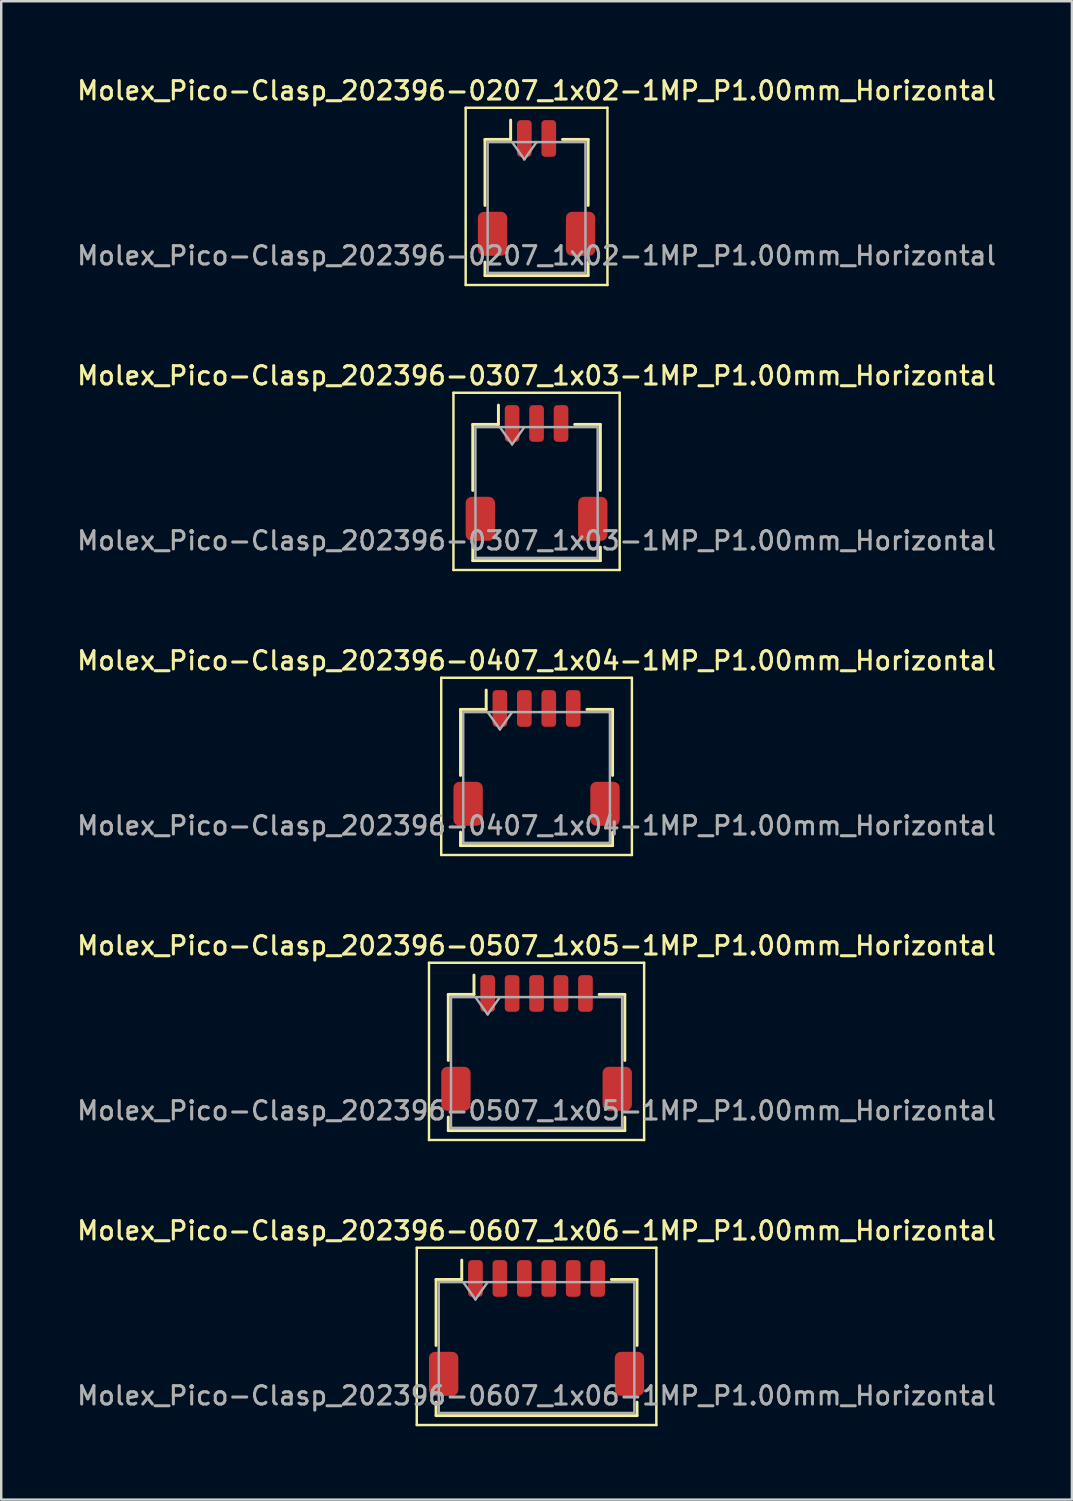
<source format=kicad_pcb>
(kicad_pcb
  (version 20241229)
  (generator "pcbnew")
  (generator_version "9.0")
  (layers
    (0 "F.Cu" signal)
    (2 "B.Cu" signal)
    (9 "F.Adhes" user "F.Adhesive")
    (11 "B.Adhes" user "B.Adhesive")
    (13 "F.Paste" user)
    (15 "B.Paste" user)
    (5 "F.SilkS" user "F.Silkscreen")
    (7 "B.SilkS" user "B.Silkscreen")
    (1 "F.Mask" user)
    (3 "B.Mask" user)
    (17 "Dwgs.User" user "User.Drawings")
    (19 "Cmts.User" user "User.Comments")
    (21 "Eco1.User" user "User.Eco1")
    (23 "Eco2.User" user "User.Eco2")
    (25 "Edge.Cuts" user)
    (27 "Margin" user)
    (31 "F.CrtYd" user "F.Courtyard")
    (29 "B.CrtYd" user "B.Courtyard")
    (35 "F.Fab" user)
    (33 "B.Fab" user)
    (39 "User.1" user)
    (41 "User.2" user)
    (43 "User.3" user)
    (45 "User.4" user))
  (footprint "Molex_Pico-Clasp_202396-0207_1x02-1MP_P1.00mm_Horizontal"
    (layer "F.Cu")
    (at 18.898 4.638)
    (property "Reference" "Molex_Pico-Clasp_202396-0207_1x02-1MP_P1.00mm_Horizontal" (at 0 -3.98 0) (layer "F.SilkS") (effects (font (size 0.75 0.75) (thickness 0.125))))
    (attr smd)
    (fp_line (start -2.9 -3.28) (end -2.9 3.97) (stroke (width 0.1) (type solid)) (layer "F.SilkS"))
    (fp_line (start -2.9 3.97) (end 2.9 3.97) (stroke (width 0.1) (type solid)) (layer "F.SilkS"))
    (fp_line (start -2.11 -1.985) (end -1.06 -1.985) (stroke (width 0.12) (type solid)) (layer "F.SilkS"))
    (fp_line (start -2.11 0.715) (end -2.11 -1.985) (stroke (width 0.12) (type solid)) (layer "F.SilkS"))
    (fp_line (start -2.11 3.035) (end -2.11 3.585) (stroke (width 0.12) (type solid)) (layer "F.SilkS"))
    (fp_line (start -2.11 3.585) (end 2.11 3.585) (stroke (width 0.12) (type solid)) (layer "F.SilkS"))
    (fp_line (start -1.06 -1.985) (end -1.06 -2.775) (stroke (width 0.12) (type solid)) (layer "F.SilkS"))
    (fp_line (start 2.11 -1.985) (end 1.06 -1.985) (stroke (width 0.12) (type solid)) (layer "F.SilkS"))
    (fp_line (start 2.11 0.715) (end 2.11 -1.985) (stroke (width 0.12) (type solid)) (layer "F.SilkS"))
    (fp_line (start 2.11 3.585) (end 2.11 3.035) (stroke (width 0.12) (type solid)) (layer "F.SilkS"))
    (fp_line (start 2.9 -3.28) (end -2.9 -3.28) (stroke (width 0.1) (type solid)) (layer "F.SilkS"))
    (fp_line (start 2.9 3.97) (end 2.9 -3.28) (stroke (width 0.1) (type solid)) (layer "F.SilkS"))
    (fp_line (start -2 -1.875) (end -2 3.475) (stroke (width 0.1) (type solid)) (layer "F.Fab"))
    (fp_line (start -2 -1.875) (end 2 -1.875) (stroke (width 0.1) (type solid)) (layer "F.Fab"))
    (fp_line (start -2 3.475) (end 2 3.475) (stroke (width 0.1) (type solid)) (layer "F.Fab"))
    (fp_line (start -1 -1.875) (end -0.5 -1.168) (stroke (width 0.1) (type solid)) (layer "F.Fab"))
    (fp_line (start -0.5 -1.168) (end 0 -1.875) (stroke (width 0.1) (type solid)) (layer "F.Fab"))
    (fp_line (start 2 -1.875) (end 2 3.475) (stroke (width 0.1) (type solid)) (layer "F.Fab"))
    (fp_text user "${REFERENCE}" (at 0 2.77 0) (layer "F.Fab") (effects (font (size 0.75 0.75) (thickness 0.125))))
    (pad "1" smd roundrect (at -0.5 -2.025) (size 0.6 1.5) (layers "F.Cu" "F.Mask" "F.Paste") (roundrect_rratio 0.25))
    (pad "2" smd roundrect (at 0.5 -2.025) (size 0.6 1.5) (layers "F.Cu" "F.Mask" "F.Paste") (roundrect_rratio 0.25))
    (pad "MP" smd roundrect (at -1.8 1.875) (size 1.2 1.8) (layers "F.Cu" "F.Mask" "F.Paste") (roundrect_rratio 0.208))
    (pad "MP" smd roundrect (at 1.8 1.875) (size 1.2 1.8) (layers "F.Cu" "F.Mask" "F.Paste") (roundrect_rratio 0.208)))
  (footprint "Molex_Pico-Clasp_202396-0307_1x03-1MP_P1.00mm_Horizontal"
    (layer "F.Cu")
    (at 18.898 16.296)
    (property "Reference" "Molex_Pico-Clasp_202396-0307_1x03-1MP_P1.00mm_Horizontal" (at 0 -3.98 0) (layer "F.SilkS") (effects (font (size 0.75 0.75) (thickness 0.125))))
    (attr smd)
    (fp_line (start -3.4 -3.28) (end -3.4 3.97) (stroke (width 0.1) (type solid)) (layer "F.SilkS"))
    (fp_line (start -3.4 3.97) (end 3.4 3.97) (stroke (width 0.1) (type solid)) (layer "F.SilkS"))
    (fp_line (start -2.61 -1.985) (end -1.56 -1.985) (stroke (width 0.12) (type solid)) (layer "F.SilkS"))
    (fp_line (start -2.61 0.715) (end -2.61 -1.985) (stroke (width 0.12) (type solid)) (layer "F.SilkS"))
    (fp_line (start -2.61 3.035) (end -2.61 3.585) (stroke (width 0.12) (type solid)) (layer "F.SilkS"))
    (fp_line (start -2.61 3.585) (end 2.61 3.585) (stroke (width 0.12) (type solid)) (layer "F.SilkS"))
    (fp_line (start -1.56 -1.985) (end -1.56 -2.775) (stroke (width 0.12) (type solid)) (layer "F.SilkS"))
    (fp_line (start 2.61 -1.985) (end 1.56 -1.985) (stroke (width 0.12) (type solid)) (layer "F.SilkS"))
    (fp_line (start 2.61 0.715) (end 2.61 -1.985) (stroke (width 0.12) (type solid)) (layer "F.SilkS"))
    (fp_line (start 2.61 3.585) (end 2.61 3.035) (stroke (width 0.12) (type solid)) (layer "F.SilkS"))
    (fp_line (start 3.4 -3.28) (end -3.4 -3.28) (stroke (width 0.1) (type solid)) (layer "F.SilkS"))
    (fp_line (start 3.4 3.97) (end 3.4 -3.28) (stroke (width 0.1) (type solid)) (layer "F.SilkS"))
    (fp_line (start -2.5 -1.875) (end -2.5 3.475) (stroke (width 0.1) (type solid)) (layer "F.Fab"))
    (fp_line (start -2.5 -1.875) (end 2.5 -1.875) (stroke (width 0.1) (type solid)) (layer "F.Fab"))
    (fp_line (start -2.5 3.475) (end 2.5 3.475) (stroke (width 0.1) (type solid)) (layer "F.Fab"))
    (fp_line (start -1.5 -1.875) (end -1 -1.168) (stroke (width 0.1) (type solid)) (layer "F.Fab"))
    (fp_line (start -1 -1.168) (end -0.5 -1.875) (stroke (width 0.1) (type solid)) (layer "F.Fab"))
    (fp_line (start 2.5 -1.875) (end 2.5 3.475) (stroke (width 0.1) (type solid)) (layer "F.Fab"))
    (fp_text user "${REFERENCE}" (at 0 2.77 0) (layer "F.Fab") (effects (font (size 0.75 0.75) (thickness 0.125))))
    (pad "1" smd roundrect (at -1 -2.025) (size 0.6 1.5) (layers "F.Cu" "F.Mask" "F.Paste") (roundrect_rratio 0.25))
    (pad "2" smd roundrect (at 0 -2.025) (size 0.6 1.5) (layers "F.Cu" "F.Mask" "F.Paste") (roundrect_rratio 0.25))
    (pad "3" smd roundrect (at 1 -2.025) (size 0.6 1.5) (layers "F.Cu" "F.Mask" "F.Paste") (roundrect_rratio 0.25))
    (pad "MP" smd roundrect (at -2.3 1.875) (size 1.2 1.8) (layers "F.Cu" "F.Mask" "F.Paste") (roundrect_rratio 0.208))
    (pad "MP" smd roundrect (at 2.3 1.875) (size 1.2 1.8) (layers "F.Cu" "F.Mask" "F.Paste") (roundrect_rratio 0.208)))
  (footprint "Molex_Pico-Clasp_202396-0607_1x06-1MP_P1.00mm_Horizontal"
    (layer "F.Cu")
    (at 18.898 51.271)
    (property "Reference" "Molex_Pico-Clasp_202396-0607_1x06-1MP_P1.00mm_Horizontal" (at 0 -3.98 0) (layer "F.SilkS") (effects (font (size 0.75 0.75) (thickness 0.125))))
    (attr smd)
    (fp_line (start -4.9 -3.28) (end -4.9 3.97) (stroke (width 0.1) (type solid)) (layer "F.SilkS"))
    (fp_line (start -4.9 3.97) (end 4.9 3.97) (stroke (width 0.1) (type solid)) (layer "F.SilkS"))
    (fp_line (start -4.11 -1.985) (end -3.06 -1.985) (stroke (width 0.12) (type solid)) (layer "F.SilkS"))
    (fp_line (start -4.11 0.715) (end -4.11 -1.985) (stroke (width 0.12) (type solid)) (layer "F.SilkS"))
    (fp_line (start -4.11 3.035) (end -4.11 3.585) (stroke (width 0.12) (type solid)) (layer "F.SilkS"))
    (fp_line (start -4.11 3.585) (end 4.11 3.585) (stroke (width 0.12) (type solid)) (layer "F.SilkS"))
    (fp_line (start -3.06 -1.985) (end -3.06 -2.775) (stroke (width 0.12) (type solid)) (layer "F.SilkS"))
    (fp_line (start 4.11 -1.985) (end 3.06 -1.985) (stroke (width 0.12) (type solid)) (layer "F.SilkS"))
    (fp_line (start 4.11 0.715) (end 4.11 -1.985) (stroke (width 0.12) (type solid)) (layer "F.SilkS"))
    (fp_line (start 4.11 3.585) (end 4.11 3.035) (stroke (width 0.12) (type solid)) (layer "F.SilkS"))
    (fp_line (start 4.9 -3.28) (end -4.9 -3.28) (stroke (width 0.1) (type solid)) (layer "F.SilkS"))
    (fp_line (start 4.9 3.97) (end 4.9 -3.28) (stroke (width 0.1) (type solid)) (layer "F.SilkS"))
    (fp_line (start -4 -1.875) (end -4 3.475) (stroke (width 0.1) (type solid)) (layer "F.Fab"))
    (fp_line (start -4 -1.875) (end 4 -1.875) (stroke (width 0.1) (type solid)) (layer "F.Fab"))
    (fp_line (start -4 3.475) (end 4 3.475) (stroke (width 0.1) (type solid)) (layer "F.Fab"))
    (fp_line (start -3 -1.875) (end -2.5 -1.168) (stroke (width 0.1) (type solid)) (layer "F.Fab"))
    (fp_line (start -2.5 -1.168) (end -2 -1.875) (stroke (width 0.1) (type solid)) (layer "F.Fab"))
    (fp_line (start 4 -1.875) (end 4 3.475) (stroke (width 0.1) (type solid)) (layer "F.Fab"))
    (fp_text user "${REFERENCE}" (at 0 2.77 0) (layer "F.Fab") (effects (font (size 0.75 0.75) (thickness 0.125))))
    (pad "1" smd roundrect (at -2.5 -2.025) (size 0.6 1.5) (layers "F.Cu" "F.Mask" "F.Paste") (roundrect_rratio 0.25))
    (pad "2" smd roundrect (at -1.5 -2.025) (size 0.6 1.5) (layers "F.Cu" "F.Mask" "F.Paste") (roundrect_rratio 0.25))
    (pad "3" smd roundrect (at -0.5 -2.025) (size 0.6 1.5) (layers "F.Cu" "F.Mask" "F.Paste") (roundrect_rratio 0.25))
    (pad "4" smd roundrect (at 0.5 -2.025) (size 0.6 1.5) (layers "F.Cu" "F.Mask" "F.Paste") (roundrect_rratio 0.25))
    (pad "5" smd roundrect (at 1.5 -2.025) (size 0.6 1.5) (layers "F.Cu" "F.Mask" "F.Paste") (roundrect_rratio 0.25))
    (pad "6" smd roundrect (at 2.5 -2.025) (size 0.6 1.5) (layers "F.Cu" "F.Mask" "F.Paste") (roundrect_rratio 0.25))
    (pad "MP" smd roundrect (at -3.8 1.875) (size 1.2 1.8) (layers "F.Cu" "F.Mask" "F.Paste") (roundrect_rratio 0.208))
    (pad "MP" smd roundrect (at 3.8 1.875) (size 1.2 1.8) (layers "F.Cu" "F.Mask" "F.Paste") (roundrect_rratio 0.208)))
  (footprint "Molex_Pico-Clasp_202396-0507_1x05-1MP_P1.00mm_Horizontal"
    (layer "F.Cu")
    (at 18.898 39.612)
    (property "Reference" "Molex_Pico-Clasp_202396-0507_1x05-1MP_P1.00mm_Horizontal" (at 0 -3.98 0) (layer "F.SilkS") (effects (font (size 0.75 0.75) (thickness 0.125))))
    (attr smd)
    (fp_line (start -4.4 -3.28) (end -4.4 3.97) (stroke (width 0.1) (type solid)) (layer "F.SilkS"))
    (fp_line (start -4.4 3.97) (end 4.4 3.97) (stroke (width 0.1) (type solid)) (layer "F.SilkS"))
    (fp_line (start -3.61 -1.985) (end -2.56 -1.985) (stroke (width 0.12) (type solid)) (layer "F.SilkS"))
    (fp_line (start -3.61 0.715) (end -3.61 -1.985) (stroke (width 0.12) (type solid)) (layer "F.SilkS"))
    (fp_line (start -3.61 3.035) (end -3.61 3.585) (stroke (width 0.12) (type solid)) (layer "F.SilkS"))
    (fp_line (start -3.61 3.585) (end 3.61 3.585) (stroke (width 0.12) (type solid)) (layer "F.SilkS"))
    (fp_line (start -2.56 -1.985) (end -2.56 -2.775) (stroke (width 0.12) (type solid)) (layer "F.SilkS"))
    (fp_line (start 3.61 -1.985) (end 2.56 -1.985) (stroke (width 0.12) (type solid)) (layer "F.SilkS"))
    (fp_line (start 3.61 0.715) (end 3.61 -1.985) (stroke (width 0.12) (type solid)) (layer "F.SilkS"))
    (fp_line (start 3.61 3.585) (end 3.61 3.035) (stroke (width 0.12) (type solid)) (layer "F.SilkS"))
    (fp_line (start 4.4 -3.28) (end -4.4 -3.28) (stroke (width 0.1) (type solid)) (layer "F.SilkS"))
    (fp_line (start 4.4 3.97) (end 4.4 -3.28) (stroke (width 0.1) (type solid)) (layer "F.SilkS"))
    (fp_line (start -3.5 -1.875) (end -3.5 3.475) (stroke (width 0.1) (type solid)) (layer "F.Fab"))
    (fp_line (start -3.5 -1.875) (end 3.5 -1.875) (stroke (width 0.1) (type solid)) (layer "F.Fab"))
    (fp_line (start -3.5 3.475) (end 3.5 3.475) (stroke (width 0.1) (type solid)) (layer "F.Fab"))
    (fp_line (start -2.5 -1.875) (end -2 -1.168) (stroke (width 0.1) (type solid)) (layer "F.Fab"))
    (fp_line (start -2 -1.168) (end -1.5 -1.875) (stroke (width 0.1) (type solid)) (layer "F.Fab"))
    (fp_line (start 3.5 -1.875) (end 3.5 3.475) (stroke (width 0.1) (type solid)) (layer "F.Fab"))
    (fp_text user "${REFERENCE}" (at 0 2.77 0) (layer "F.Fab") (effects (font (size 0.75 0.75) (thickness 0.125))))
    (pad "1" smd roundrect (at -2 -2.025) (size 0.6 1.5) (layers "F.Cu" "F.Mask" "F.Paste") (roundrect_rratio 0.25))
    (pad "2" smd roundrect (at -1 -2.025) (size 0.6 1.5) (layers "F.Cu" "F.Mask" "F.Paste") (roundrect_rratio 0.25))
    (pad "3" smd roundrect (at 0 -2.025) (size 0.6 1.5) (layers "F.Cu" "F.Mask" "F.Paste") (roundrect_rratio 0.25))
    (pad "4" smd roundrect (at 1 -2.025) (size 0.6 1.5) (layers "F.Cu" "F.Mask" "F.Paste") (roundrect_rratio 0.25))
    (pad "5" smd roundrect (at 2 -2.025) (size 0.6 1.5) (layers "F.Cu" "F.Mask" "F.Paste") (roundrect_rratio 0.25))
    (pad "MP" smd roundrect (at -3.3 1.875) (size 1.2 1.8) (layers "F.Cu" "F.Mask" "F.Paste") (roundrect_rratio 0.208))
    (pad "MP" smd roundrect (at 3.3 1.875) (size 1.2 1.8) (layers "F.Cu" "F.Mask" "F.Paste") (roundrect_rratio 0.208)))
  (footprint "Molex_Pico-Clasp_202396-0407_1x04-1MP_P1.00mm_Horizontal"
    (layer "F.Cu")
    (at 18.898 27.954)
    (property "Reference" "Molex_Pico-Clasp_202396-0407_1x04-1MP_P1.00mm_Horizontal" (at 0 -3.98 0) (layer "F.SilkS") (effects (font (size 0.75 0.75) (thickness 0.125))))
    (attr smd)
    (fp_line (start -3.9 -3.28) (end -3.9 3.97) (stroke (width 0.1) (type solid)) (layer "F.SilkS"))
    (fp_line (start -3.9 3.97) (end 3.9 3.97) (stroke (width 0.1) (type solid)) (layer "F.SilkS"))
    (fp_line (start -3.11 -1.985) (end -2.06 -1.985) (stroke (width 0.12) (type solid)) (layer "F.SilkS"))
    (fp_line (start -3.11 0.715) (end -3.11 -1.985) (stroke (width 0.12) (type solid)) (layer "F.SilkS"))
    (fp_line (start -3.11 3.035) (end -3.11 3.585) (stroke (width 0.12) (type solid)) (layer "F.SilkS"))
    (fp_line (start -3.11 3.585) (end 3.11 3.585) (stroke (width 0.12) (type solid)) (layer "F.SilkS"))
    (fp_line (start -2.06 -1.985) (end -2.06 -2.775) (stroke (width 0.12) (type solid)) (layer "F.SilkS"))
    (fp_line (start 3.11 -1.985) (end 2.06 -1.985) (stroke (width 0.12) (type solid)) (layer "F.SilkS"))
    (fp_line (start 3.11 0.715) (end 3.11 -1.985) (stroke (width 0.12) (type solid)) (layer "F.SilkS"))
    (fp_line (start 3.11 3.585) (end 3.11 3.035) (stroke (width 0.12) (type solid)) (layer "F.SilkS"))
    (fp_line (start 3.9 -3.28) (end -3.9 -3.28) (stroke (width 0.1) (type solid)) (layer "F.SilkS"))
    (fp_line (start 3.9 3.97) (end 3.9 -3.28) (stroke (width 0.1) (type solid)) (layer "F.SilkS"))
    (fp_line (start -3 -1.875) (end -3 3.475) (stroke (width 0.1) (type solid)) (layer "F.Fab"))
    (fp_line (start -3 -1.875) (end 3 -1.875) (stroke (width 0.1) (type solid)) (layer "F.Fab"))
    (fp_line (start -3 3.475) (end 3 3.475) (stroke (width 0.1) (type solid)) (layer "F.Fab"))
    (fp_line (start -2 -1.875) (end -1.5 -1.168) (stroke (width 0.1) (type solid)) (layer "F.Fab"))
    (fp_line (start -1.5 -1.168) (end -1 -1.875) (stroke (width 0.1) (type solid)) (layer "F.Fab"))
    (fp_line (start 3 -1.875) (end 3 3.475) (stroke (width 0.1) (type solid)) (layer "F.Fab"))
    (fp_text user "${REFERENCE}" (at 0 2.77 0) (layer "F.Fab") (effects (font (size 0.75 0.75) (thickness 0.125))))
    (pad "1" smd roundrect (at -1.5 -2.025) (size 0.6 1.5) (layers "F.Cu" "F.Mask" "F.Paste") (roundrect_rratio 0.25))
    (pad "2" smd roundrect (at -0.5 -2.025) (size 0.6 1.5) (layers "F.Cu" "F.Mask" "F.Paste") (roundrect_rratio 0.25))
    (pad "3" smd roundrect (at 0.5 -2.025) (size 0.6 1.5) (layers "F.Cu" "F.Mask" "F.Paste") (roundrect_rratio 0.25))
    (pad "4" smd roundrect (at 1.5 -2.025) (size 0.6 1.5) (layers "F.Cu" "F.Mask" "F.Paste") (roundrect_rratio 0.25))
    (pad "MP" smd roundrect (at -2.8 1.875) (size 1.2 1.8) (layers "F.Cu" "F.Mask" "F.Paste") (roundrect_rratio 0.208))
    (pad "MP" smd roundrect (at 2.8 1.875) (size 1.2 1.8) (layers "F.Cu" "F.Mask" "F.Paste") (roundrect_rratio 0.208)))
  (gr_rect
    (start -3 -3)
    (end 40.796 58.291)
    (stroke (width 0.1) (type default))
    (fill no)
    (layer "Edge.Cuts")))
</source>
